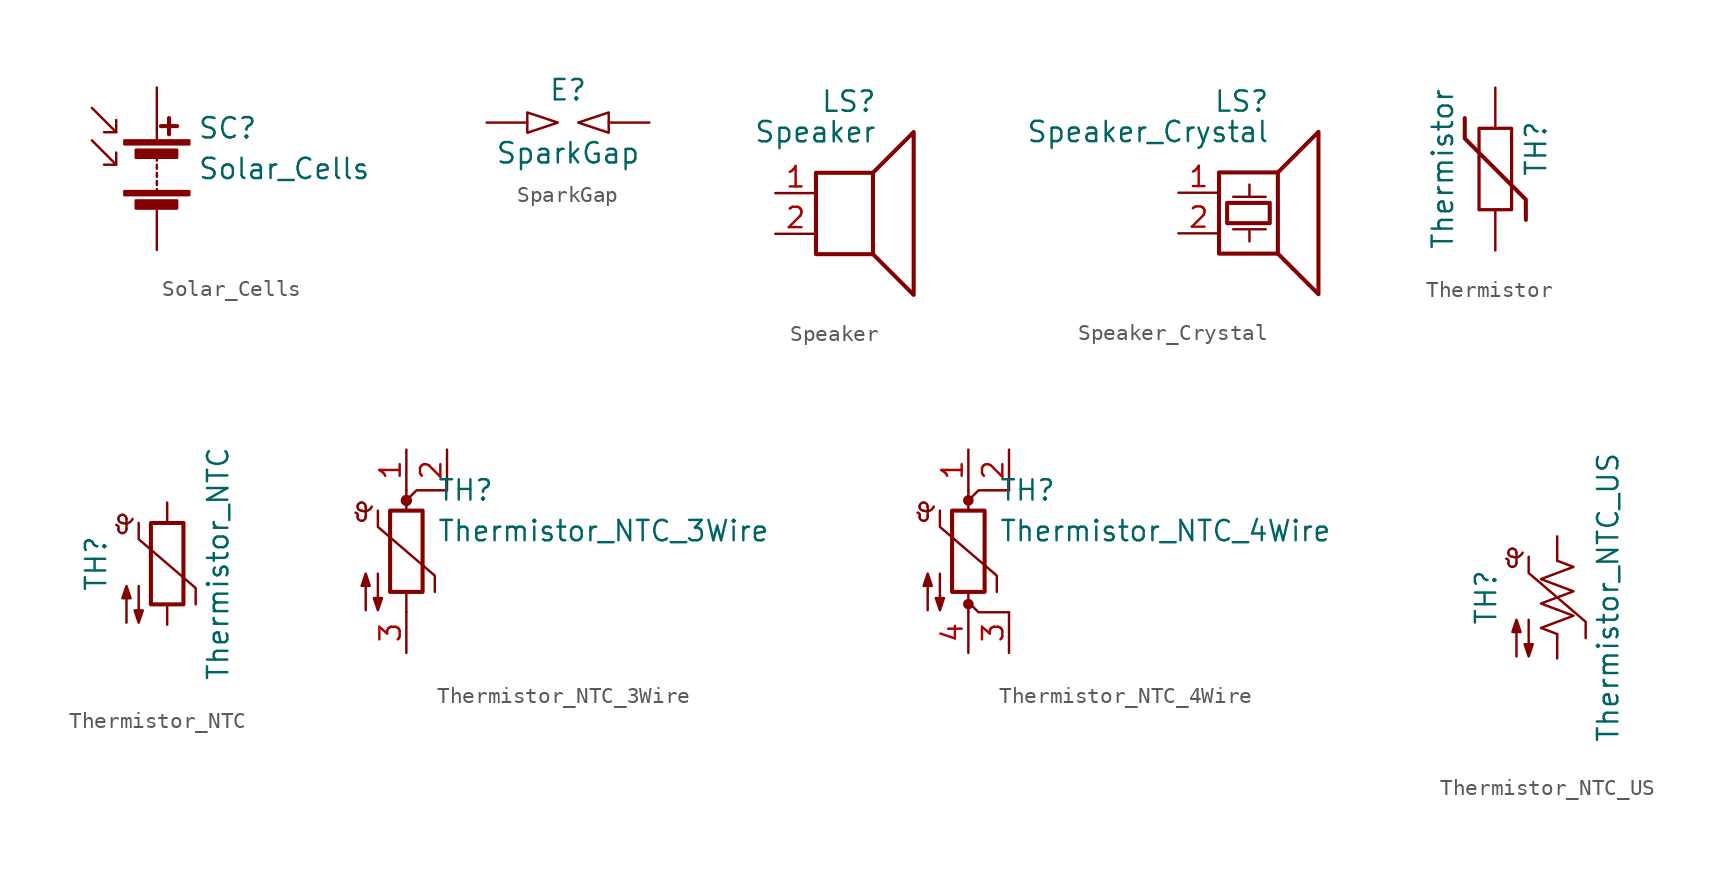
<source format=kicad_sym>
(kicad_symbol_lib
  (version 20241209)
  (generator "kicad_symbol_editor")
  (generator_version "9.0")
  (symbol "Solar_Cells"
    (pin_numbers
      (hide yes))
    (pin_names
      (offset 0)
      (hide yes))
    (property "Reference" "SC"
      (at 2.54 2.54 0)
      (effects (font (size 1.27 1.27)) (justify left)))
    (property "Value" "Solar_Cells"
      (at 2.54 0 0)
      (effects (font (size 1.27 1.27)) (justify left)))
    (symbol "Solar_Cells_0_1"
      (polyline (pts (xy -2.54 3.048) (xy -2.54 2.286) (xy -3.302 2.286)) (stroke (width 0) (type solid)) (fill (type none)))
      (polyline (pts (xy -2.54 2.286) (xy -4.064 3.81)) (stroke (width 0) (type solid)) (fill (type none)))
      (polyline (pts (xy -2.54 1.016) (xy -2.54 0.254) (xy -3.302 0.254)) (stroke (width 0) (type solid)) (fill (type none)))
      (polyline (pts (xy -2.54 0.254) (xy -4.064 1.778)) (stroke (width 0) (type solid)) (fill (type none)))
      (rectangle (start -2.032 1.778) (end 2.032 1.524) (stroke (width 0) (type solid)) (fill (type outline)))
      (rectangle (start -2.032 -1.397) (end 2.032 -1.651) (stroke (width 0) (type solid)) (fill (type outline)))
      (rectangle (start -1.321 1.194) (end 1.27 0.686) (stroke (width 0) (type solid)) (fill (type outline)))
      (rectangle (start -1.321 -1.981) (end 1.27 -2.489) (stroke (width 0) (type solid)) (fill (type outline)))
      (polyline (pts (xy 0 1.778) (xy 0 2.54)) (stroke (width 0) (type solid)) (fill (type none)))
      (polyline (pts (xy 0 0.508) (xy 0 0.762)) (stroke (width 0) (type solid)) (fill (type none)))
      (polyline (pts (xy 0 0) (xy 0 0.254)) (stroke (width 0) (type solid)) (fill (type none)))
      (polyline (pts (xy 0 -0.508) (xy 0 -0.254)) (stroke (width 0) (type solid)) (fill (type none)))
      (polyline (pts (xy 0 -1.016) (xy 0 -0.762)) (stroke (width 0) (type solid)) (fill (type none)))
      (polyline (pts (xy 0 -1.524) (xy 0 -1.27)) (stroke (width 0) (type solid)) (fill (type none)))
      (polyline (pts (xy 0.254 2.667) (xy 1.27 2.667)) (stroke (width 0.254) (type solid)) (fill (type none)))
      (polyline (pts (xy 0.762 3.175) (xy 0.762 2.159)) (stroke (width 0.254) (type solid)) (fill (type none))))
    (symbol "Solar_Cells_1_1"
      (pin passive line (at 0 5.08 270) (length 2.54) (name "+" (effects (font (size 1.27 1.27)))) (number "1" (effects (font (size 1.27 1.27)))))
      (pin passive line (at 0 -5.08 90) (length 2.54) (name "-" (effects (font (size 1.27 1.27)))) (number "2" (effects (font (size 1.27 1.27)))))))
  (symbol "SparkGap"
    (pin_numbers
      (hide yes))
    (pin_names
      (offset 0))
    (property "Reference" "E"
      (at 0 2.032 0)
      (effects (font (size 1.27 1.27))))
    (property "Value" "SparkGap"
      (at 0 -1.905 0)
      (effects (font (size 1.27 1.27))))
    (symbol "SparkGap_0_1"
      (polyline (pts (xy -2.54 0.635) (xy -2.54 -0.635) (xy -0.635 0) (xy -2.54 0.635)) (stroke (width 0) (type solid)) (fill (type none)))
      (polyline (pts (xy 2.54 0.635) (xy 2.54 -0.635) (xy 0.635 0) (xy 2.54 0.635)) (stroke (width 0) (type solid)) (fill (type none))))
    (symbol "SparkGap_1_1"
      (pin passive line (at -5.08 0 0) (length 2.54) (name "~" (effects (font (size 1.27 1.27)))) (number "1" (effects (font (size 1.27 1.27)))))
      (pin passive line (at 5.08 0 180) (length 2.54) (name "~" (effects (font (size 1.27 1.27)))) (number "2" (effects (font (size 1.27 1.27)))))))
  (symbol "Speaker"
    (pin_names
      (offset 0)
      (hide yes))
    (property "Reference" "LS"
      (at 1.27 5.715 0)
      (effects (font (size 1.27 1.27)) (justify right)))
    (property "Value" "Speaker"
      (at 1.27 3.81 0)
      (effects (font (size 1.27 1.27)) (justify right)))
    (symbol "Speaker_0_0"
      (rectangle (start -2.54 1.27) (end 1.016 -3.81) (stroke (width 0.254) (type solid)) (fill (type none)))
      (polyline (pts (xy 1.016 1.27) (xy 3.556 3.81) (xy 3.556 -6.35) (xy 1.016 -3.81)) (stroke (width 0.254) (type solid)) (fill (type none))))
    (symbol "Speaker_1_1"
      (pin input line (at -5.08 0 0) (length 2.54) (name "1" (effects (font (size 1.27 1.27)))) (number "1" (effects (font (size 1.27 1.27)))))
      (pin input line (at -5.08 -2.54 0) (length 2.54) (name "2" (effects (font (size 1.27 1.27)))) (number "2" (effects (font (size 1.27 1.27)))))))
  (symbol "Speaker_Crystal"
    (pin_names
      (offset 0)
      (hide yes))
    (property "Reference" "LS"
      (at 0.635 5.715 0)
      (effects (font (size 1.27 1.27)) (justify right)))
    (property "Value" "Speaker_Crystal"
      (at 0.635 3.81 0)
      (effects (font (size 1.27 1.27)) (justify right)))
    (symbol "Speaker_Crystal_0_0"
      (rectangle (start -2.54 1.27) (end 1.143 -3.81) (stroke (width 0.254) (type solid)) (fill (type none)))
      (rectangle (start -2.032 -0.635) (end 0.635 -1.905) (stroke (width 0.254) (type solid)) (fill (type none)))
      (polyline (pts (xy -1.651 -0.254) (xy 0.381 -0.254)) (stroke (width 0) (type solid)) (fill (type none)))
      (polyline (pts (xy -1.651 -2.286) (xy 0.381 -2.286)) (stroke (width 0) (type solid)) (fill (type none)))
      (polyline (pts (xy -0.635 -0.254) (xy -0.635 0.508)) (stroke (width 0) (type solid)) (fill (type none)))
      (polyline (pts (xy -0.635 -2.286) (xy -0.635 -3.048)) (stroke (width 0) (type solid)) (fill (type none)))
      (polyline (pts (xy 1.143 1.27) (xy 3.683 3.81) (xy 3.683 -6.35) (xy 1.143 -3.81)) (stroke (width 0.254) (type solid)) (fill (type none))))
    (symbol "Speaker_Crystal_1_1"
      (pin input line (at -5.08 0 0) (length 2.54) (name "1" (effects (font (size 1.27 1.27)))) (number "1" (effects (font (size 1.27 1.27)))))
      (pin input line (at -5.08 -2.54 0) (length 2.54) (name "2" (effects (font (size 1.27 1.27)))) (number "2" (effects (font (size 1.27 1.27)))))))
  (symbol "Thermistor"
    (pin_numbers
      (hide yes))
    (pin_names
      (offset 0))
    (property "Reference" "TH"
      (at 2.54 1.27 90)
      (effects (font (size 1.27 1.27))))
    (property "Value" "Thermistor"
      (at -2.54 0 90)
      (effects (font (size 1.27 1.27)) (justify bottom)))
    (symbol "Thermistor_0_1"
      (polyline (pts (xy -1.905 3.175) (xy -1.905 1.905) (xy 1.905 -1.905) (xy 1.905 -3.175) (xy 1.905 -3.175)) (stroke (width 0.254) (type solid)) (fill (type none)))
      (rectangle (start -1.016 2.54) (end 1.016 -2.54) (stroke (width 0.203) (type solid)) (fill (type none))))
    (symbol "Thermistor_1_1"
      (pin passive line (at 0 5.08 270) (length 2.54) (name "~" (effects (font (size 1.27 1.27)))) (number "1" (effects (font (size 1.27 1.27)))))
      (pin passive line (at 0 -5.08 90) (length 2.54) (name "~" (effects (font (size 1.27 1.27)))) (number "2" (effects (font (size 1.27 1.27)))))))
  (symbol "Thermistor_NTC"
    (pin_numbers
      (hide yes))
    (pin_names
      (offset 0))
    (property "Reference" "TH"
      (at -4.445 0 90)
      (effects (font (size 1.27 1.27))))
    (property "Value" "Thermistor_NTC"
      (at 3.175 0 90)
      (effects (font (size 1.27 1.27))))
    (symbol "Thermistor_NTC_0_1"
      (arc (start -3.175 2.413) (mid -3.0413 2.3186) (end -3.048 2.159) (stroke (width 0) (type solid)) (fill (type none)))
      (arc (start -3.048 2.794) (mid -2.9736 2.9736) (end -2.794 3.048) (stroke (width 0) (type solid)) (fill (type none)))
      (arc (start -2.794 3.048) (mid -2.6144 2.9736) (end -2.54 2.794) (stroke (width 0) (type solid)) (fill (type none)))
      (arc (start -2.794 2.54) (mid -2.9736 2.6144) (end -3.048 2.794) (stroke (width 0) (type solid)) (fill (type none)))
      (arc (start -2.794 1.905) (mid -2.9736 1.9794) (end -3.048 2.159) (stroke (width 0) (type solid)) (fill (type none)))
      (arc (start -2.54 2.159) (mid -2.6144 1.9794) (end -2.794 1.905) (stroke (width 0) (type solid)) (fill (type none)))
      (arc (start -2.159 2.794) (mid -2.4281 2.5331) (end -2.794 2.54) (stroke (width 0) (type solid)) (fill (type none)))
      (polyline (pts (xy -2.54 2.159) (xy -2.54 2.794)) (stroke (width 0) (type solid)) (fill (type none)))
      (polyline (pts (xy -2.54 -3.683) (xy -2.54 -1.397) (xy -2.794 -2.159) (xy -2.286 -2.159) (xy -2.54 -1.397) (xy -2.54 -1.651)) (stroke (width 0) (type solid)) (fill (type outline)))
      (polyline (pts (xy -1.778 2.54) (xy -1.778 1.524) (xy 1.778 -1.524) (xy 1.778 -2.54)) (stroke (width 0) (type solid)) (fill (type none)))
      (polyline (pts (xy -1.778 -1.397) (xy -1.778 -3.683) (xy -2.032 -2.921) (xy -1.524 -2.921) (xy -1.778 -3.683) (xy -1.778 -3.429)) (stroke (width 0) (type solid)) (fill (type outline)))
      (rectangle (start -1.016 2.54) (end 1.016 -2.54) (stroke (width 0.254) (type solid)) (fill (type none))))
    (symbol "Thermistor_NTC_1_1"
      (pin passive line (at 0 3.81 270) (length 1.27) (name "~" (effects (font (size 1.27 1.27)))) (number "1" (effects (font (size 1.27 1.27)))))
      (pin passive line (at 0 -3.81 90) (length 1.27) (name "~" (effects (font (size 1.27 1.27)))) (number "2" (effects (font (size 1.27 1.27)))))))
  (symbol "Thermistor_NTC_3Wire"
    (pin_names
      (offset 0))
    (property "Reference" "TH"
      (at 1.905 3.81 0)
      (effects (font (size 1.27 1.27)) (justify left)))
    (property "Value" "Thermistor_NTC_3Wire"
      (at 1.905 1.27 0)
      (effects (font (size 1.27 1.27)) (justify left)))
    (symbol "Thermistor_NTC_3Wire_0_1"
      (arc (start -3.175 2.413) (mid -3.0413 2.3186) (end -3.048 2.159) (stroke (width 0) (type solid)) (fill (type none)))
      (arc (start -3.048 2.794) (mid -2.9736 2.9736) (end -2.794 3.048) (stroke (width 0) (type solid)) (fill (type none)))
      (arc (start -2.794 3.048) (mid -2.6144 2.9736) (end -2.54 2.794) (stroke (width 0) (type solid)) (fill (type none)))
      (arc (start -2.794 2.54) (mid -2.9736 2.6144) (end -3.048 2.794) (stroke (width 0) (type solid)) (fill (type none)))
      (arc (start -2.794 1.905) (mid -2.9736 1.9794) (end -3.048 2.159) (stroke (width 0) (type solid)) (fill (type none)))
      (arc (start -2.54 2.159) (mid -2.6144 1.9794) (end -2.794 1.905) (stroke (width 0) (type solid)) (fill (type none)))
      (arc (start -2.159 2.794) (mid -2.4281 2.5331) (end -2.794 2.54) (stroke (width 0) (type solid)) (fill (type none)))
      (polyline (pts (xy -2.54 2.159) (xy -2.54 2.794)) (stroke (width 0) (type solid)) (fill (type none)))
      (polyline (pts (xy -2.54 -3.683) (xy -2.54 -1.397) (xy -2.794 -2.159) (xy -2.286 -2.159) (xy -2.54 -1.397) (xy -2.54 -1.651)) (stroke (width 0) (type solid)) (fill (type outline)))
      (polyline (pts (xy -1.778 2.54) (xy -1.778 1.524) (xy 1.778 -1.524) (xy 1.778 -2.54)) (stroke (width 0) (type solid)) (fill (type none)))
      (polyline (pts (xy -1.778 -1.397) (xy -1.778 -3.683) (xy -2.032 -2.921) (xy -1.524 -2.921) (xy -1.778 -3.683) (xy -1.778 -3.429)) (stroke (width 0) (type solid)) (fill (type outline)))
      (rectangle (start -1.016 2.54) (end 1.016 -2.54) (stroke (width 0.254) (type solid)) (fill (type none)))
      (polyline (pts (xy 0 3.81) (xy 0 2.54)) (stroke (width 0) (type solid)) (fill (type none)))
      (circle (center 0 3.175) (radius 0.279) (stroke (width 0) (type solid)) (fill (type outline)))
      (polyline (pts (xy 0 -3.81) (xy 0 -2.54)) (stroke (width 0) (type solid)) (fill (type none)))
      (polyline (pts (xy 2.54 3.81) (xy 0.635 3.81) (xy 0 3.175)) (stroke (width 0) (type solid)) (fill (type none))))
    (symbol "Thermistor_NTC_3Wire_1_1"
      (pin passive line (at 0 6.35 270) (length 2.54) (name "~" (effects (font (size 1.27 1.27)))) (number "1" (effects (font (size 1.27 1.27)))))
      (pin passive line (at 0 -6.35 90) (length 2.54) (name "~" (effects (font (size 1.27 1.27)))) (number "3" (effects (font (size 1.27 1.27)))))
      (pin passive line (at 2.54 6.35 270) (length 2.54) (name "~" (effects (font (size 1.27 1.27)))) (number "2" (effects (font (size 1.27 1.27)))))))
  (symbol "Thermistor_NTC_4Wire"
    (pin_names
      (offset 0))
    (property "Reference" "TH"
      (at 1.905 3.81 0)
      (effects (font (size 1.27 1.27)) (justify left)))
    (property "Value" "Thermistor_NTC_4Wire"
      (at 1.905 1.27 0)
      (effects (font (size 1.27 1.27)) (justify left)))
    (symbol "Thermistor_NTC_4Wire_0_1"
      (arc (start -3.175 2.413) (mid -3.0413 2.3186) (end -3.048 2.159) (stroke (width 0) (type solid)) (fill (type none)))
      (arc (start -3.048 2.794) (mid -2.9736 2.9736) (end -2.794 3.048) (stroke (width 0) (type solid)) (fill (type none)))
      (arc (start -2.794 3.048) (mid -2.6144 2.9736) (end -2.54 2.794) (stroke (width 0) (type solid)) (fill (type none)))
      (arc (start -2.794 2.54) (mid -2.9736 2.6144) (end -3.048 2.794) (stroke (width 0) (type solid)) (fill (type none)))
      (arc (start -2.794 1.905) (mid -2.9736 1.9794) (end -3.048 2.159) (stroke (width 0) (type solid)) (fill (type none)))
      (arc (start -2.54 2.159) (mid -2.6144 1.9794) (end -2.794 1.905) (stroke (width 0) (type solid)) (fill (type none)))
      (arc (start -2.159 2.794) (mid -2.4281 2.5331) (end -2.794 2.54) (stroke (width 0) (type solid)) (fill (type none)))
      (polyline (pts (xy -2.54 2.159) (xy -2.54 2.794)) (stroke (width 0) (type solid)) (fill (type none)))
      (polyline (pts (xy -2.54 -3.683) (xy -2.54 -1.397) (xy -2.794 -2.159) (xy -2.286 -2.159) (xy -2.54 -1.397) (xy -2.54 -1.651)) (stroke (width 0) (type solid)) (fill (type outline)))
      (polyline (pts (xy -1.778 2.54) (xy -1.778 1.524) (xy 1.778 -1.524) (xy 1.778 -2.54)) (stroke (width 0) (type solid)) (fill (type none)))
      (polyline (pts (xy -1.778 -1.397) (xy -1.778 -3.683) (xy -2.032 -2.921) (xy -1.524 -2.921) (xy -1.778 -3.683) (xy -1.778 -3.429)) (stroke (width 0) (type solid)) (fill (type outline)))
      (rectangle (start -1.016 2.54) (end 1.016 -2.54) (stroke (width 0.254) (type solid)) (fill (type none)))
      (polyline (pts (xy 0 3.81) (xy 0 2.54)) (stroke (width 0) (type solid)) (fill (type none)))
      (circle (center 0 3.175) (radius 0.254) (stroke (width 0) (type solid)) (fill (type outline)))
      (polyline (pts (xy 0 3.175) (xy 0 3.175)) (stroke (width 0) (type solid)) (fill (type none)))
      (circle (center 0 -3.302) (radius 0.254) (stroke (width 0) (type solid)) (fill (type outline)))
      (polyline (pts (xy 0 -3.81) (xy 0 -2.54)) (stroke (width 0) (type solid)) (fill (type none)))
      (polyline (pts (xy 2.54 3.81) (xy 0.635 3.81) (xy 0 3.175)) (stroke (width 0) (type solid)) (fill (type none)))
      (polyline (pts (xy 2.54 -3.81) (xy 0.635 -3.81) (xy 0 -3.175)) (stroke (width 0) (type solid)) (fill (type none))))
    (symbol "Thermistor_NTC_4Wire_1_1"
      (pin passive line (at 0 6.35 270) (length 2.54) (name "~" (effects (font (size 1.27 1.27)))) (number "1" (effects (font (size 1.27 1.27)))))
      (pin passive line (at 0 -6.35 90) (length 2.54) (name "~" (effects (font (size 1.27 1.27)))) (number "4" (effects (font (size 1.27 1.27)))))
      (pin passive line (at 2.54 6.35 270) (length 2.54) (name "~" (effects (font (size 1.27 1.27)))) (number "2" (effects (font (size 1.27 1.27)))))
      (pin passive line (at 2.54 -6.35 90) (length 2.54) (name "~" (effects (font (size 1.27 1.27)))) (number "3" (effects (font (size 1.27 1.27)))))))
  (symbol "Thermistor_NTC_US"
    (pin_numbers
      (hide yes))
    (pin_names
      (offset 0))
    (property "Reference" "TH"
      (at -4.445 0 90)
      (effects (font (size 1.27 1.27))))
    (property "Value" "Thermistor_NTC_US"
      (at 3.175 0 90)
      (effects (font (size 1.27 1.27))))
    (symbol "Thermistor_NTC_US_0_1"
      (arc (start -3.175 2.413) (mid -3.0413 2.3186) (end -3.048 2.159) (stroke (width 0) (type solid)) (fill (type none)))
      (arc (start -3.048 2.794) (mid -2.9736 2.9736) (end -2.794 3.048) (stroke (width 0) (type solid)) (fill (type none)))
      (arc (start -2.794 3.048) (mid -2.6144 2.9736) (end -2.54 2.794) (stroke (width 0) (type solid)) (fill (type none)))
      (arc (start -2.794 2.54) (mid -2.9736 2.6144) (end -3.048 2.794) (stroke (width 0) (type solid)) (fill (type none)))
      (arc (start -2.794 1.905) (mid -2.9736 1.9794) (end -3.048 2.159) (stroke (width 0) (type solid)) (fill (type none)))
      (arc (start -2.54 2.159) (mid -2.6144 1.9794) (end -2.794 1.905) (stroke (width 0) (type solid)) (fill (type none)))
      (arc (start -2.159 2.794) (mid -2.4281 2.5331) (end -2.794 2.54) (stroke (width 0) (type solid)) (fill (type none)))
      (polyline (pts (xy -2.54 2.159) (xy -2.54 2.794)) (stroke (width 0) (type solid)) (fill (type none)))
      (polyline (pts (xy -2.54 -3.683) (xy -2.54 -1.397) (xy -2.794 -2.159) (xy -2.286 -2.159) (xy -2.54 -1.397) (xy -2.54 -1.651)) (stroke (width 0) (type solid)) (fill (type outline)))
      (polyline (pts (xy -1.778 2.54) (xy -1.778 1.524) (xy 1.778 -1.524) (xy 1.778 -2.54)) (stroke (width 0) (type solid)) (fill (type none)))
      (polyline (pts (xy -1.778 -1.397) (xy -1.778 -3.683) (xy -2.032 -2.921) (xy -1.524 -2.921) (xy -1.778 -3.683) (xy -1.778 -3.429)) (stroke (width 0) (type solid)) (fill (type outline)))
      (polyline (pts (xy 0 2.286) (xy 0 2.54)) (stroke (width 0) (type solid)) (fill (type none)))
      (polyline (pts (xy 0 2.286) (xy 1.016 1.905) (xy 0 1.524) (xy -1.016 1.143) (xy 0 0.762)) (stroke (width 0) (type solid)) (fill (type none)))
      (polyline (pts (xy 0 0.762) (xy 1.016 0.381) (xy 0 0) (xy -1.016 -0.381) (xy 0 -0.762)) (stroke (width 0) (type solid)) (fill (type none)))
      (polyline (pts (xy 0 -0.762) (xy 1.016 -1.143) (xy 0 -1.524) (xy -1.016 -1.905) (xy 0 -2.286)) (stroke (width 0) (type solid)) (fill (type none)))
      (polyline (pts (xy 0 -2.286) (xy 0 -2.54)) (stroke (width 0) (type solid)) (fill (type none))))
    (symbol "Thermistor_NTC_US_1_1"
      (pin passive line (at 0 3.81 270) (length 1.27) (name "~" (effects (font (size 1.27 1.27)))) (number "1" (effects (font (size 1.27 1.27)))))
      (pin passive line (at 0 -3.81 90) (length 1.27) (name "~" (effects (font (size 1.27 1.27)))) (number "2" (effects (font (size 1.27 1.27))))))))
</source>
